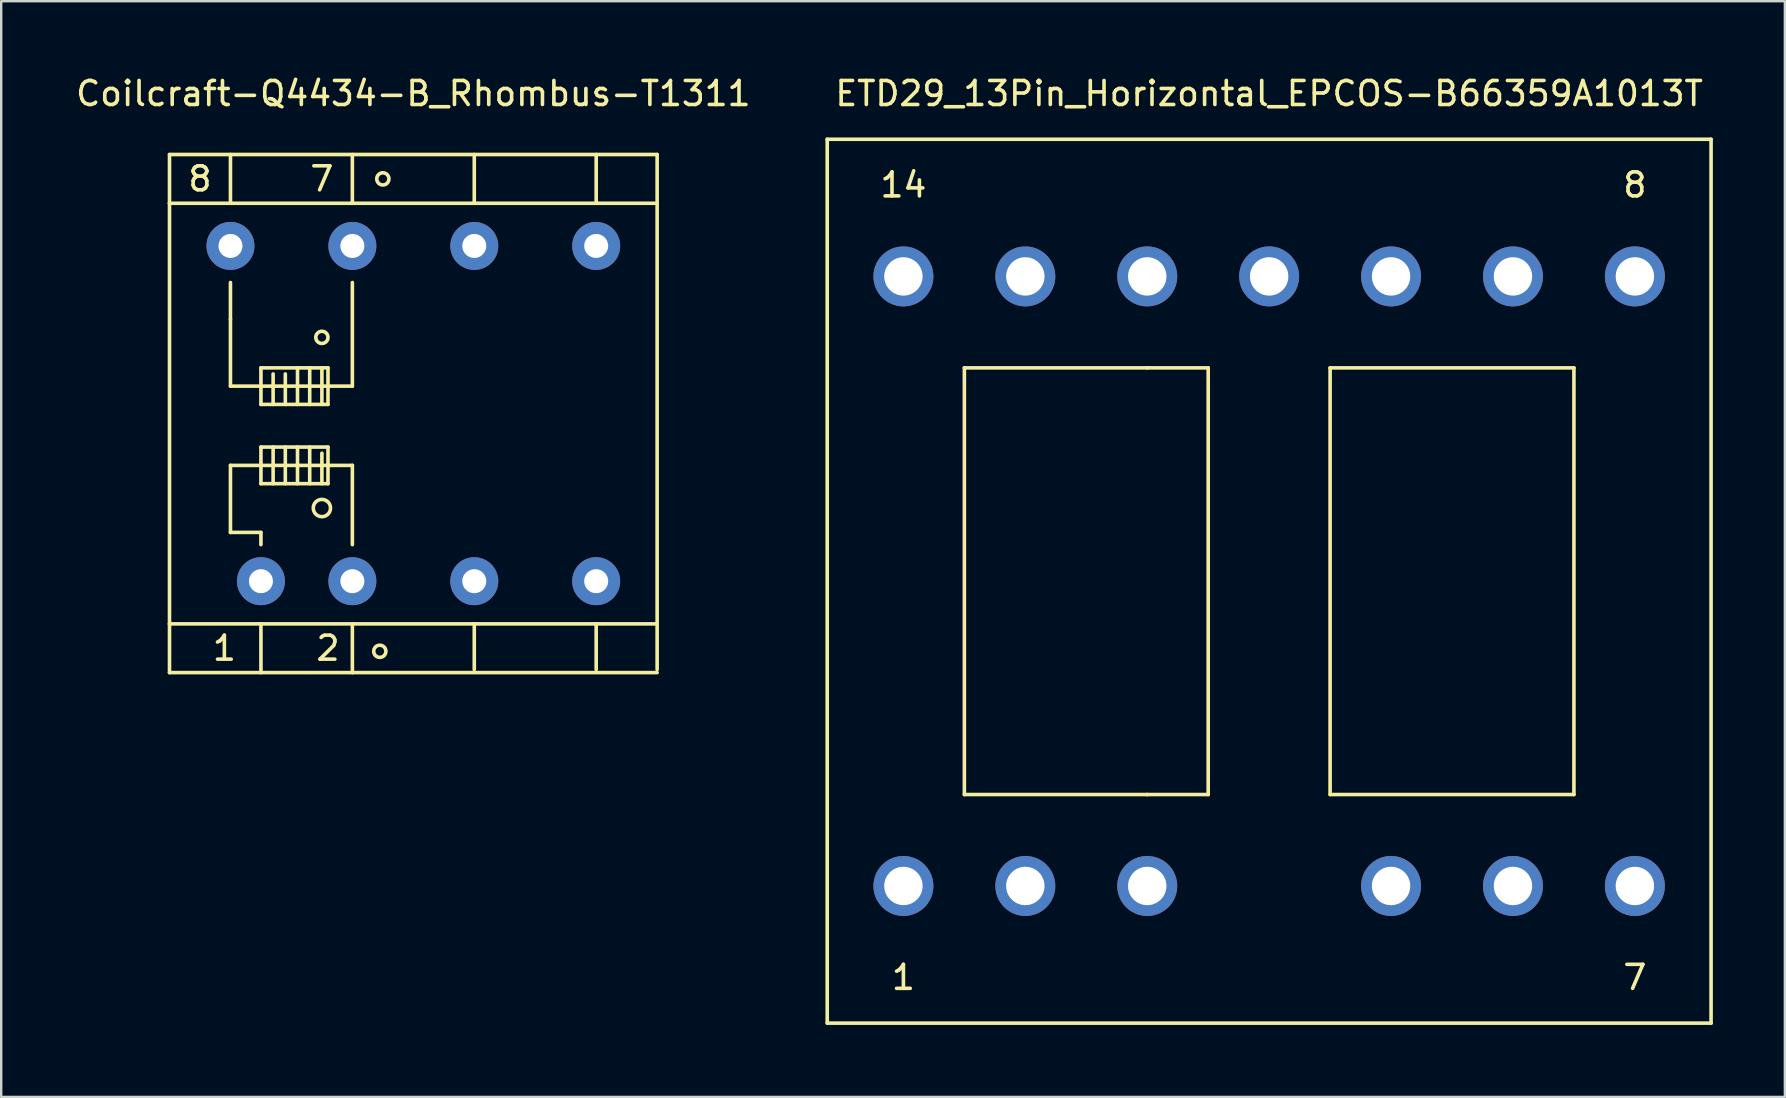
<source format=kicad_pcb>
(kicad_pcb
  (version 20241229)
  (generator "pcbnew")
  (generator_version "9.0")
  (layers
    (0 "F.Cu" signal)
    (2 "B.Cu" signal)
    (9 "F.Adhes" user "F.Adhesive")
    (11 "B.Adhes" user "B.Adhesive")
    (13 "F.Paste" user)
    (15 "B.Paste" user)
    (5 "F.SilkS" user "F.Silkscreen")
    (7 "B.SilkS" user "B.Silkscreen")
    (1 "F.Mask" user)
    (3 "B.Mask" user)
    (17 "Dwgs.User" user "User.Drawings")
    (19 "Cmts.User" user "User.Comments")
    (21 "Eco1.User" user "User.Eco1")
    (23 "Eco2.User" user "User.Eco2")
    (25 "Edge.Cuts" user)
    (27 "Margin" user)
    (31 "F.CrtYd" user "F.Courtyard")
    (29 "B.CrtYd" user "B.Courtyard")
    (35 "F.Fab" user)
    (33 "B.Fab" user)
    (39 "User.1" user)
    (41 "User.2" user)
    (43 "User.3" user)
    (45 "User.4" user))
  (footprint "ETD29_13Pin_Horizontal_EPCOS-B66359A1013T"
    (layer "F.Cu")
    (at 49.835 21.168)
    (property "Reference" "ETD29_13Pin_Horizontal_EPCOS-B66359A1013T" (at 0 -20.32 0) (layer "F.SilkS") (effects (font (size 1 1) (thickness 0.15))))
    (attr through_hole)
    (fp_line (start -18.415 -18.415) (end 18.415 -18.415) (stroke (width 0.15) (type solid)) (layer "F.SilkS"))
    (fp_line (start -18.415 18.415) (end -18.415 -18.415) (stroke (width 0.15) (type solid)) (layer "F.SilkS"))
    (fp_line (start -12.7 -8.89) (end -12.7 8.89) (stroke (width 0.15) (type solid)) (layer "F.SilkS"))
    (fp_line (start -12.7 8.89) (end -5.08 8.89) (stroke (width 0.15) (type solid)) (layer "F.SilkS"))
    (fp_line (start -5.08 -8.89) (end -12.7 -8.89) (stroke (width 0.15) (type solid)) (layer "F.SilkS"))
    (fp_line (start -5.08 -8.89) (end -2.54 -8.89) (stroke (width 0.15) (type solid)) (layer "F.SilkS"))
    (fp_line (start -2.54 -8.89) (end -2.54 8.89) (stroke (width 0.15) (type solid)) (layer "F.SilkS"))
    (fp_line (start -2.54 8.89) (end -5.08 8.89) (stroke (width 0.15) (type solid)) (layer "F.SilkS"))
    (fp_line (start 2.54 -8.89) (end 2.54 8.89) (stroke (width 0.15) (type solid)) (layer "F.SilkS"))
    (fp_line (start 2.54 8.89) (end 12.7 8.89) (stroke (width 0.15) (type solid)) (layer "F.SilkS"))
    (fp_line (start 12.7 -8.89) (end 2.54 -8.89) (stroke (width 0.15) (type solid)) (layer "F.SilkS"))
    (fp_line (start 12.7 8.89) (end 12.7 -8.89) (stroke (width 0.15) (type solid)) (layer "F.SilkS"))
    (fp_line (start 18.415 -18.415) (end 18.415 18.415) (stroke (width 0.15) (type solid)) (layer "F.SilkS"))
    (fp_line (start 18.415 18.415) (end -18.415 18.415) (stroke (width 0.15) (type solid)) (layer "F.SilkS"))
    (fp_text user "7" (at 15.24 16.51 0) (layer "F.SilkS") (effects (font (size 1 1) (thickness 0.15))))
    (fp_text user "14" (at -15.24 -16.51 0) (layer "F.SilkS") (effects (font (size 1 1) (thickness 0.15))))
    (fp_text user "8" (at 15.24 -16.51 0) (layer "F.SilkS") (effects (font (size 1 1) (thickness 0.15))))
    (fp_text user "1" (at -15.24 16.51 0) (layer "F.SilkS") (effects (font (size 1 1) (thickness 0.15))))
    (pad "1" thru_hole circle (at -15.24 12.7) (size 2.499 2.499) (drill 1.6) (layers "*.Cu" "*.Mask"))
    (pad "2" thru_hole circle (at -10.16 12.7) (size 2.499 2.499) (drill 1.6) (layers "*.Cu" "*.Mask"))
    (pad "3" thru_hole circle (at -5.08 12.7) (size 2.499 2.499) (drill 1.6) (layers "*.Cu" "*.Mask"))
    (pad "5" thru_hole circle (at 5.08 12.7) (size 2.499 2.499) (drill 1.6) (layers "*.Cu" "*.Mask"))
    (pad "6" thru_hole circle (at 10.16 12.7) (size 2.499 2.499) (drill 1.6) (layers "*.Cu" "*.Mask"))
    (pad "7" thru_hole circle (at 15.24 12.7) (size 2.499 2.499) (drill 1.6) (layers "*.Cu" "*.Mask"))
    (pad "8" thru_hole circle (at 15.24 -12.7) (size 2.499 2.499) (drill 1.6) (layers "*.Cu" "*.Mask"))
    (pad "9" thru_hole circle (at 10.16 -12.7) (size 2.499 2.499) (drill 1.6) (layers "*.Cu" "*.Mask"))
    (pad "10" thru_hole circle (at 5.08 -12.7) (size 2.499 2.499) (drill 1.6) (layers "*.Cu" "*.Mask"))
    (pad "11" thru_hole circle (at 0 -12.7) (size 2.499 2.499) (drill 1.6) (layers "*.Cu" "*.Mask"))
    (pad "12" thru_hole circle (at -5.08 -12.7) (size 2.499 2.499) (drill 1.6) (layers "*.Cu" "*.Mask"))
    (pad "13" thru_hole circle (at -10.16 -12.7) (size 2.499 2.499) (drill 1.6) (layers "*.Cu" "*.Mask"))
    (pad "14" thru_hole circle (at -15.24 -12.7) (size 2.499 2.499) (drill 1.6) (layers "*.Cu" "*.Mask")))
  (footprint "Coilcraft-Q4434-B_Rhombus-T1311"
    (layer "F.Cu")
    (at 14.173 14.818)
    (property "Reference" "Coilcraft-Q4434-B_Rhombus-T1311" (at 0 -13.97 0) (layer "F.SilkS") (effects (font (size 1 1) (thickness 0.15))))
    (attr through_hole)
    (fp_line (start -10.16 -11.43) (end -10.16 -9.398) (stroke (width 0.15) (type solid)) (layer "F.SilkS"))
    (fp_line (start -10.16 -9.398) (end -10.16 8.128) (stroke (width 0.15) (type solid)) (layer "F.SilkS"))
    (fp_line (start -10.16 8.128) (end -10.16 10.16) (stroke (width 0.15) (type solid)) (layer "F.SilkS"))
    (fp_line (start -10.16 8.128) (end 10.16 8.128) (stroke (width 0.15) (type solid)) (layer "F.SilkS"))
    (fp_line (start -10.16 10.16) (end 10.16 10.16) (stroke (width 0.15) (type solid)) (layer "F.SilkS"))
    (fp_line (start -7.62 -9.398) (end -7.62 -11.43) (stroke (width 0.15) (type solid)) (layer "F.SilkS"))
    (fp_line (start -7.62 -6.096) (end -7.62 -4.572) (stroke (width 0.15) (type solid)) (layer "F.SilkS"))
    (fp_line (start -7.62 -4.572) (end -7.62 -1.778) (stroke (width 0.15) (type solid)) (layer "F.SilkS"))
    (fp_line (start -7.62 -1.778) (end -2.54 -1.778) (stroke (width 0.15) (type solid)) (layer "F.SilkS"))
    (fp_line (start -7.62 1.524) (end -7.62 4.318) (stroke (width 0.15) (type solid)) (layer "F.SilkS"))
    (fp_line (start -7.62 4.318) (end -6.35 4.318) (stroke (width 0.15) (type solid)) (layer "F.SilkS"))
    (fp_line (start -6.35 -2.54) (end -3.556 -2.54) (stroke (width 0.15) (type solid)) (layer "F.SilkS"))
    (fp_line (start -6.35 -1.016) (end -6.35 -2.54) (stroke (width 0.15) (type solid)) (layer "F.SilkS"))
    (fp_line (start -6.35 0.762) (end -6.35 2.286) (stroke (width 0.15) (type solid)) (layer "F.SilkS"))
    (fp_line (start -6.35 1.524) (end -7.62 1.524) (stroke (width 0.15) (type solid)) (layer "F.SilkS"))
    (fp_line (start -6.35 1.524) (end -2.54 1.524) (stroke (width 0.15) (type solid)) (layer "F.SilkS"))
    (fp_line (start -6.35 2.286) (end -3.556 2.286) (stroke (width 0.15) (type solid)) (layer "F.SilkS"))
    (fp_line (start -6.35 4.318) (end -6.35 4.826) (stroke (width 0.15) (type solid)) (layer "F.SilkS"))
    (fp_line (start -6.35 8.128) (end -6.35 10.16) (stroke (width 0.15) (type solid)) (layer "F.SilkS"))
    (fp_line (start -5.842 -2.286) (end -5.842 -1.016) (stroke (width 0.15) (type solid)) (layer "F.SilkS"))
    (fp_line (start -5.842 0.762) (end -5.842 2.286) (stroke (width 0.15) (type solid)) (layer "F.SilkS"))
    (fp_line (start -5.334 -2.286) (end -5.334 -1.016) (stroke (width 0.15) (type solid)) (layer "F.SilkS"))
    (fp_line (start -5.334 0.762) (end -5.334 2.286) (stroke (width 0.15) (type solid)) (layer "F.SilkS"))
    (fp_line (start -4.826 -2.54) (end -4.826 -1.016) (stroke (width 0.15) (type solid)) (layer "F.SilkS"))
    (fp_line (start -4.826 0.762) (end -4.826 2.286) (stroke (width 0.15) (type solid)) (layer "F.SilkS"))
    (fp_line (start -4.318 -2.54) (end -4.318 -1.016) (stroke (width 0.15) (type solid)) (layer "F.SilkS"))
    (fp_line (start -4.318 0.762) (end -4.318 2.286) (stroke (width 0.15) (type solid)) (layer "F.SilkS"))
    (fp_line (start -3.81 -2.54) (end -3.81 -1.016) (stroke (width 0.15) (type solid)) (layer "F.SilkS"))
    (fp_line (start -3.81 1.016) (end -3.81 2.286) (stroke (width 0.15) (type solid)) (layer "F.SilkS"))
    (fp_line (start -3.556 -2.54) (end -3.556 -1.016) (stroke (width 0.15) (type solid)) (layer "F.SilkS"))
    (fp_line (start -3.556 -1.016) (end -6.35 -1.016) (stroke (width 0.15) (type solid)) (layer "F.SilkS"))
    (fp_line (start -3.556 0.762) (end -6.35 0.762) (stroke (width 0.15) (type solid)) (layer "F.SilkS"))
    (fp_line (start -3.556 2.286) (end -3.556 0.762) (stroke (width 0.15) (type solid)) (layer "F.SilkS"))
    (fp_line (start -2.54 -9.398) (end -2.54 -11.43) (stroke (width 0.15) (type solid)) (layer "F.SilkS"))
    (fp_line (start -2.54 -1.778) (end -2.54 -6.096) (stroke (width 0.15) (type solid)) (layer "F.SilkS"))
    (fp_line (start -2.54 1.524) (end -2.54 4.826) (stroke (width 0.15) (type solid)) (layer "F.SilkS"))
    (fp_line (start -2.54 8.128) (end -2.54 10.16) (stroke (width 0.15) (type solid)) (layer "F.SilkS"))
    (fp_line (start 2.54 -9.398) (end 2.54 -11.43) (stroke (width 0.15) (type solid)) (layer "F.SilkS"))
    (fp_line (start 2.54 8.128) (end 2.54 10.033) (stroke (width 0.15) (type solid)) (layer "F.SilkS"))
    (fp_line (start 7.62 -9.398) (end 7.62 -11.43) (stroke (width 0.15) (type solid)) (layer "F.SilkS"))
    (fp_line (start 7.62 8.128) (end 7.62 10.033) (stroke (width 0.15) (type solid)) (layer "F.SilkS"))
    (fp_line (start 10.16 -11.43) (end -10.16 -11.43) (stroke (width 0.15) (type solid)) (layer "F.SilkS"))
    (fp_line (start 10.16 -11.43) (end 10.16 -9.398) (stroke (width 0.15) (type solid)) (layer "F.SilkS"))
    (fp_line (start 10.16 -9.398) (end -10.16 -9.398) (stroke (width 0.15) (type solid)) (layer "F.SilkS"))
    (fp_line (start 10.16 8.128) (end 10.16 -9.398) (stroke (width 0.15) (type solid)) (layer "F.SilkS"))
    (fp_line (start 10.16 8.128) (end 10.16 10.033) (stroke (width 0.15) (type solid)) (layer "F.SilkS"))
    (fp_circle (center -3.81 -3.81) (end -3.81 -3.556) (stroke (width 0.15) (type solid)) (fill no) (layer "F.SilkS"))
    (fp_circle (center -3.81 3.302) (end -3.556 3.556) (stroke (width 0.15) (type solid)) (fill no) (layer "F.SilkS"))
    (fp_circle (center -1.397 9.271) (end -1.397 9.525) (stroke (width 0.15) (type solid)) (fill no) (layer "F.SilkS"))
    (fp_circle (center -1.27 -10.414) (end -1.27 -10.16) (stroke (width 0.15) (type solid)) (fill no) (layer "F.SilkS"))
    (fp_text user "8" (at -8.89 -10.414 0) (layer "F.SilkS") (effects (font (size 1 1) (thickness 0.15))))
    (fp_text user "2" (at -3.556 9.144 0) (layer "F.SilkS") (effects (font (size 1 1) (thickness 0.15))))
    (fp_text user "1" (at -7.874 9.144 0) (layer "F.SilkS") (effects (font (size 1 1) (thickness 0.15))))
    (fp_text user "7" (at -3.81 -10.414 0) (layer "F.SilkS") (effects (font (size 1 1) (thickness 0.15))))
    (pad "1" thru_hole circle (at -6.35 6.35) (size 1.999 1.999) (drill 1.001) (layers "*.Cu" "*.Mask"))
    (pad "2" thru_hole circle (at -2.54 6.35) (size 1.999 1.999) (drill 1.001) (layers "*.Cu" "*.Mask"))
    (pad "3" thru_hole circle (at 2.54 6.35) (size 1.999 1.999) (drill 1.001) (layers "*.Cu" "*.Mask"))
    (pad "4" thru_hole circle (at 7.62 6.35) (size 1.999 1.999) (drill 1.001) (layers "*.Cu" "*.Mask"))
    (pad "5" thru_hole circle (at 7.62 -7.62) (size 1.999 1.999) (drill 1.001) (layers "*.Cu" "*.Mask"))
    (pad "6" thru_hole circle (at 2.54 -7.62) (size 1.999 1.999) (drill 1.001) (layers "*.Cu" "*.Mask"))
    (pad "7" thru_hole circle (at -2.54 -7.62) (size 1.999 1.999) (drill 1.001) (layers "*.Cu" "*.Mask"))
    (pad "8" thru_hole circle (at -7.62 -7.62) (size 1.999 1.999) (drill 1.001) (layers "*.Cu" "*.Mask")))
  (gr_rect
    (start -3 -3)
    (end 71.325 42.658)
    (stroke (width 0.1) (type default))
    (fill no)
    (layer "Edge.Cuts")))
</source>
